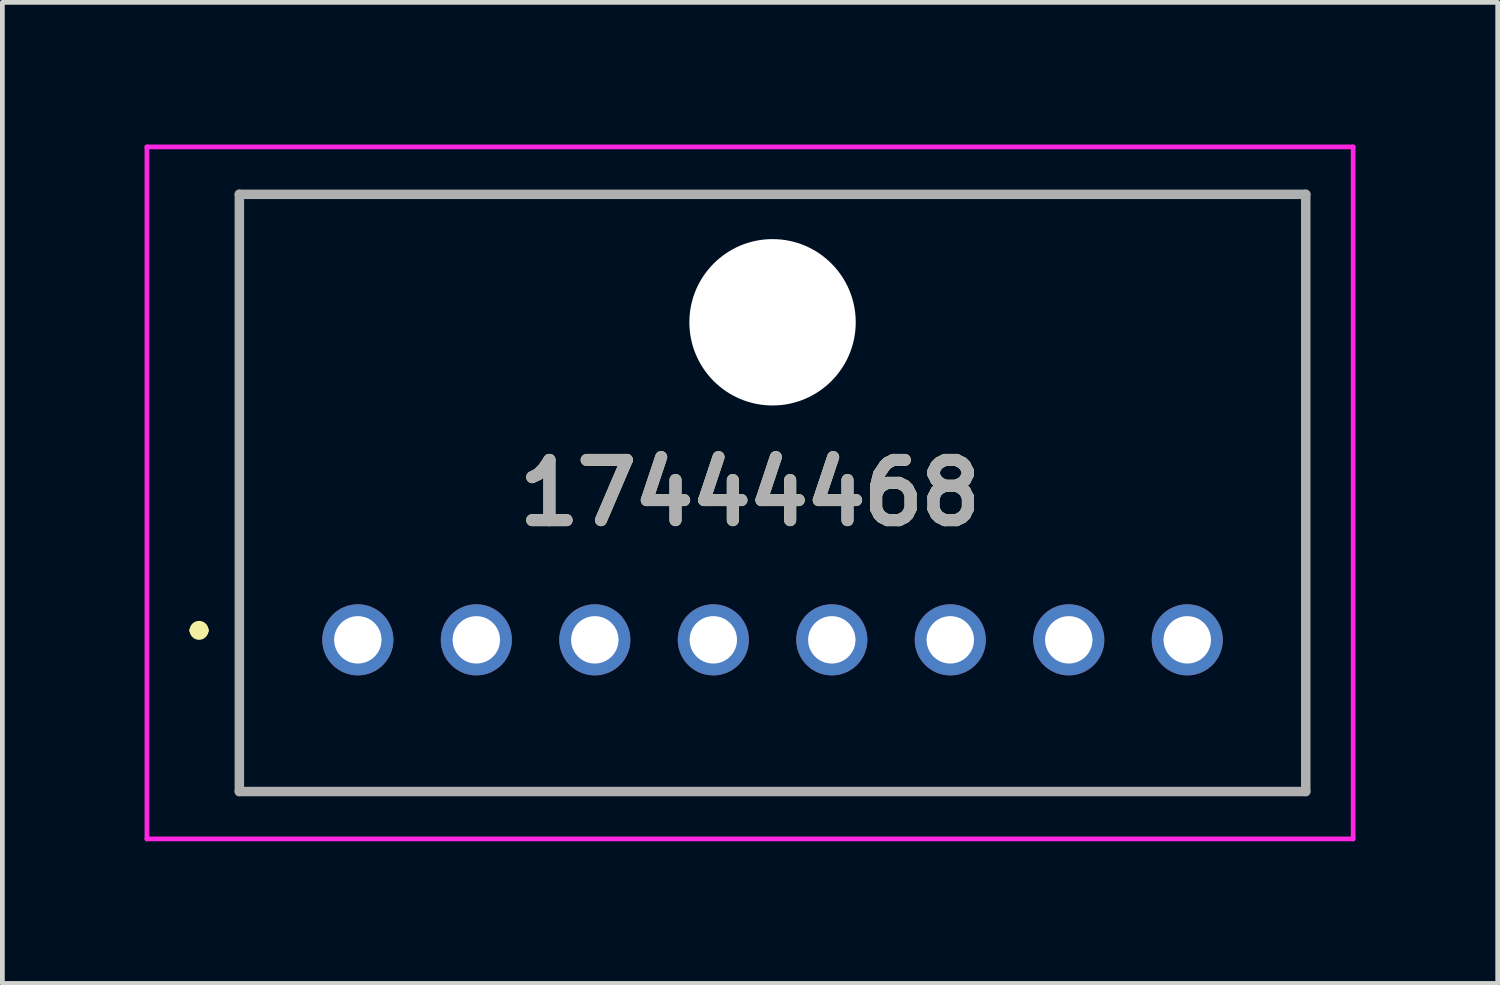
<source format=kicad_pcb>
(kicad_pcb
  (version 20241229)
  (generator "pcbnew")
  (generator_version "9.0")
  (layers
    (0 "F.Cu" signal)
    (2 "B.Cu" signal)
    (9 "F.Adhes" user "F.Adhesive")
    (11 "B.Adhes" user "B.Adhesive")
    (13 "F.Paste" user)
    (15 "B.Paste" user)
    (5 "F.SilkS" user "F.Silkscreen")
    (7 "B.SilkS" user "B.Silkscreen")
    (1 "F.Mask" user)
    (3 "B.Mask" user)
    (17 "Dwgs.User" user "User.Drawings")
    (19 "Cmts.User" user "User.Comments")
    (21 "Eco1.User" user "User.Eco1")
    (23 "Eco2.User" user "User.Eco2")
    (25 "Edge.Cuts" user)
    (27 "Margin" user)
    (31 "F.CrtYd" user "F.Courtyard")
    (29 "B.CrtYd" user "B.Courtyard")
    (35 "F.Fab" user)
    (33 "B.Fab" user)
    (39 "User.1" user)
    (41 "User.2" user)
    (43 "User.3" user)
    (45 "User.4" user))
  (footprint "17444468"
    (layer "F.Cu")
    (at 4.5 10.45)
    (property "Reference" "17444468" (at 8.275 -3.1 0) (layer "F.SilkS") (effects (font (size 1.27 1.27) (thickness 0.254))))
    (attr through_hole)
    (fp_line (start -3.45 -0.2) (end -3.45 -0.2) (stroke (width 0.2) (type solid)) (layer "F.SilkS"))
    (fp_line (start -3.25 -0.2) (end -3.25 -0.2) (stroke (width 0.2) (type solid)) (layer "F.SilkS"))
    (fp_line (start -2.5 -9.4) (end 20 -9.4) (stroke (width 0.1) (type solid)) (layer "F.SilkS"))
    (fp_line (start -2.5 3.2) (end -2.5 -9.4) (stroke (width 0.1) (type solid)) (layer "F.SilkS"))
    (fp_line (start 20 -9.4) (end 20 3.2) (stroke (width 0.1) (type solid)) (layer "F.SilkS"))
    (fp_line (start 20 3.2) (end -2.5 3.2) (stroke (width 0.1) (type solid)) (layer "F.SilkS"))
    (fp_arc (start -3.45 -0.2) (mid -3.35 -0.3) (end -3.25 -0.2) (stroke (width 0.2) (type solid)) (layer "F.SilkS"))
    (fp_arc (start -3.25 -0.2) (mid -3.35 -0.1) (end -3.45 -0.2) (stroke (width 0.2) (type solid)) (layer "F.SilkS"))
    (fp_line (start -4.45 -10.4) (end 21 -10.4) (stroke (width 0.1) (type solid)) (layer "F.CrtYd"))
    (fp_line (start -4.45 4.2) (end -4.45 -10.4) (stroke (width 0.1) (type solid)) (layer "F.CrtYd"))
    (fp_line (start 21 -10.4) (end 21 4.2) (stroke (width 0.1) (type solid)) (layer "F.CrtYd"))
    (fp_line (start 21 4.2) (end -4.45 4.2) (stroke (width 0.1) (type solid)) (layer "F.CrtYd"))
    (fp_line (start -2.5 -9.4) (end 20 -9.4) (stroke (width 0.2) (type solid)) (layer "F.Fab"))
    (fp_line (start -2.5 3.2) (end -2.5 -9.4) (stroke (width 0.2) (type solid)) (layer "F.Fab"))
    (fp_line (start 20 -9.4) (end 20 3.2) (stroke (width 0.2) (type solid)) (layer "F.Fab"))
    (fp_line (start 20 3.2) (end -2.5 3.2) (stroke (width 0.2) (type solid)) (layer "F.Fab"))
    (fp_text user "${REFERENCE}" (at 8.275 -3.1 0) (layer "F.Fab") (effects (font (size 1.27 1.27) (thickness 0.254))))
    (pad "" np_thru_hole circle (at 8.75 -6.7) (size 3.51 3.51) (drill 3.51) (layers "*.Cu" "*.Mask"))
    (pad "1" thru_hole circle (at 0 0) (size 1.5 1.5) (drill 1) (layers "*.Cu" "*.Mask"))
    (pad "2" thru_hole circle (at 2.5 0) (size 1.5 1.5) (drill 1) (layers "*.Cu" "*.Mask"))
    (pad "3" thru_hole circle (at 5 0) (size 1.5 1.5) (drill 1) (layers "*.Cu" "*.Mask"))
    (pad "4" thru_hole circle (at 7.5 0) (size 1.5 1.5) (drill 1) (layers "*.Cu" "*.Mask"))
    (pad "5" thru_hole circle (at 10 0) (size 1.5 1.5) (drill 1) (layers "*.Cu" "*.Mask"))
    (pad "6" thru_hole circle (at 12.5 0) (size 1.5 1.5) (drill 1) (layers "*.Cu" "*.Mask"))
    (pad "7" thru_hole circle (at 15 0) (size 1.5 1.5) (drill 1) (layers "*.Cu" "*.Mask"))
    (pad "8" thru_hole circle (at 17.5 0) (size 1.5 1.5) (drill 1) (layers "*.Cu" "*.Mask")))
  (gr_rect
    (start -3 -3)
    (end 28.55 17.7)
    (stroke (width 0.1) (type default))
    (fill no)
    (layer "Edge.Cuts")))
</source>
